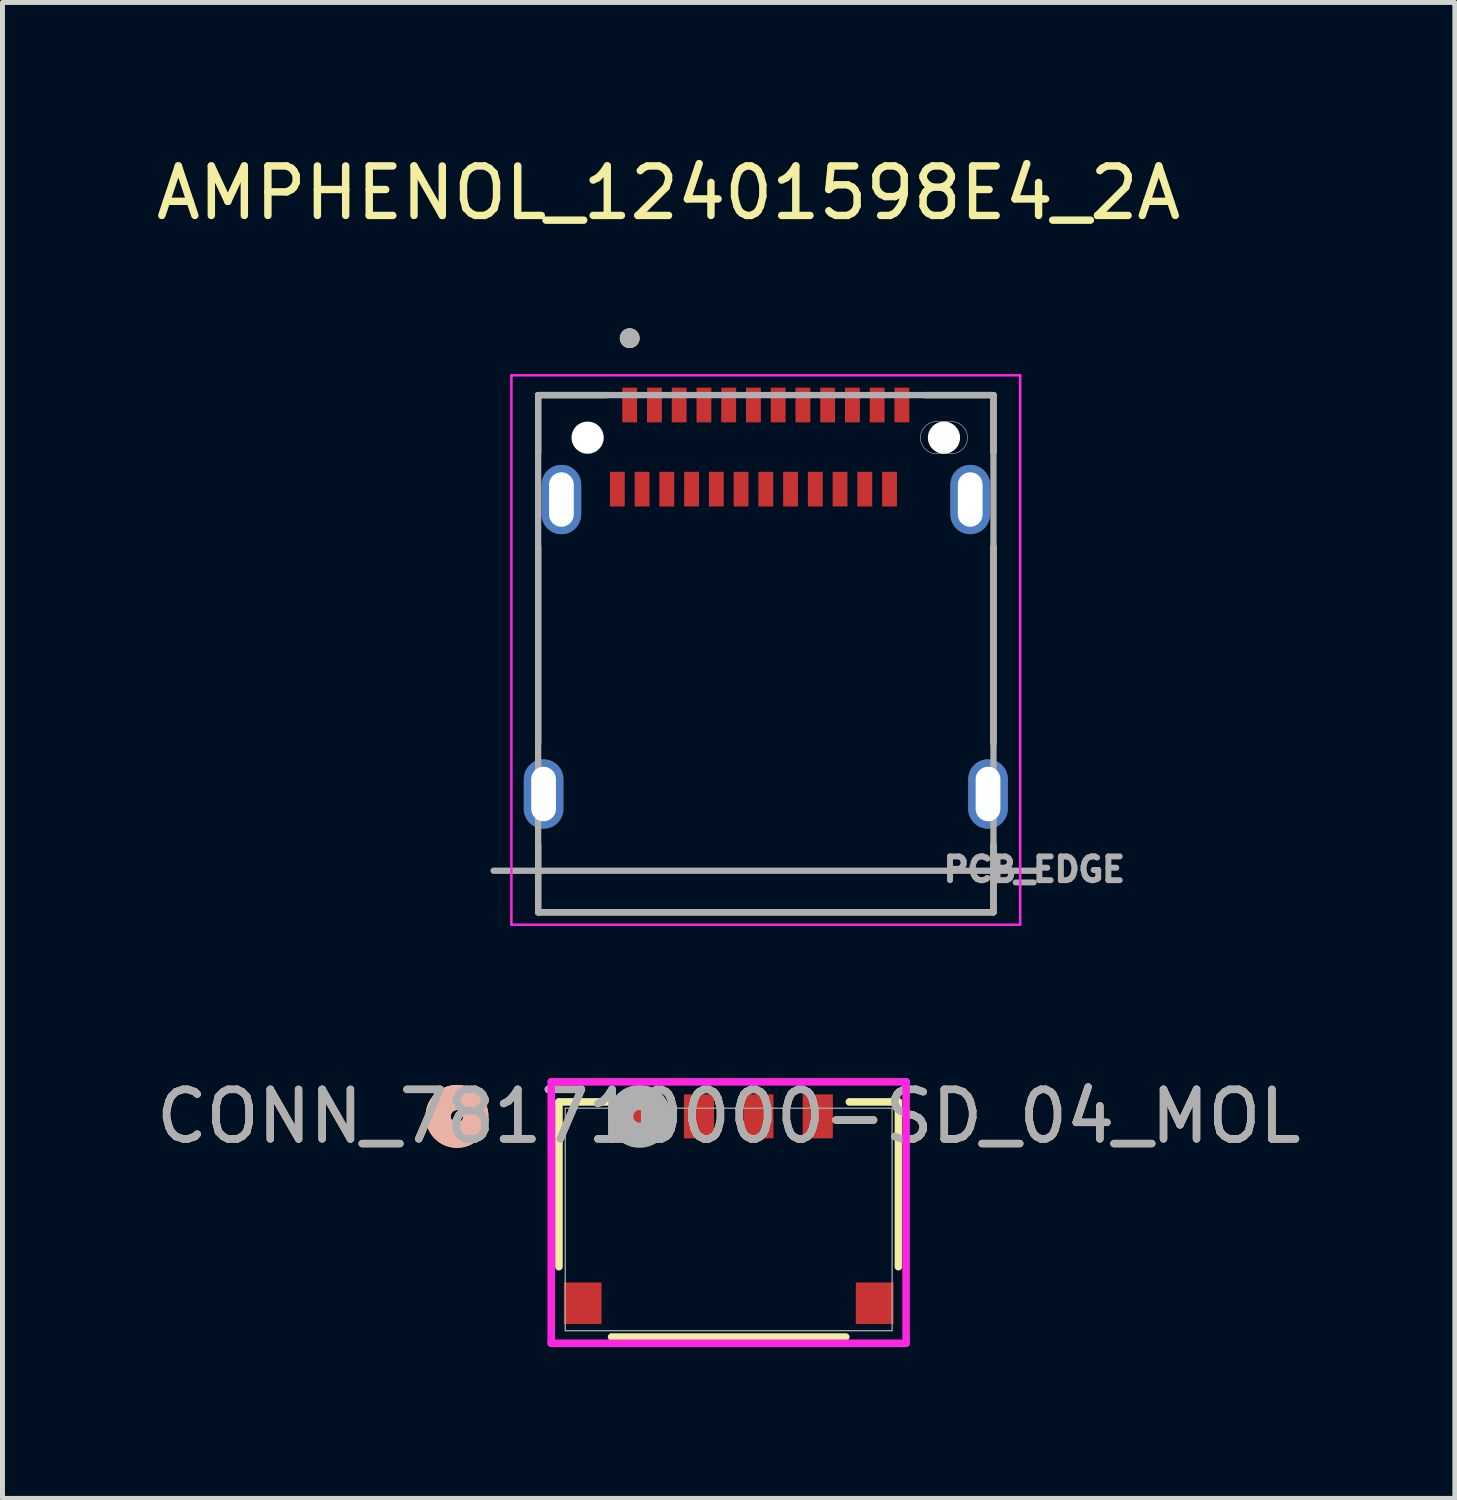
<source format=kicad_pcb>
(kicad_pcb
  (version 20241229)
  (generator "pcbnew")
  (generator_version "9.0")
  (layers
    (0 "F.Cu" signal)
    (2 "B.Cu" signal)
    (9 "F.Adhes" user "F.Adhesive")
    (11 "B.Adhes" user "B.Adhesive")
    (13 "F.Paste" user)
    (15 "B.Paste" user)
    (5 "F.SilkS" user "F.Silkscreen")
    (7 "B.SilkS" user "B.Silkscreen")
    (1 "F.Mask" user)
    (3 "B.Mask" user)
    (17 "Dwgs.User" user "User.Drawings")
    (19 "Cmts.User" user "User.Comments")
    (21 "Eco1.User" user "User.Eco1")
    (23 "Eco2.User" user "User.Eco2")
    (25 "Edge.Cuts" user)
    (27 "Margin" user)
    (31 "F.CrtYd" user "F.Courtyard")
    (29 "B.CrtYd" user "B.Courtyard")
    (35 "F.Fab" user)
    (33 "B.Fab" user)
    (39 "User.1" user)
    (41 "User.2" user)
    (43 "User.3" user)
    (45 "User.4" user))
  (footprint "AMPHENOL_12401598E4_2A"
    (layer "F.Cu")
    (at 12.423 5.793)
    (property "Reference" "AMPHENOL_12401598E4_2A" (at -1.965 -4.945 0) (layer "F.SilkS") (effects (font (size 1 1) (thickness 0.15))))
    (attr smd)
    (fp_line (start -4.6 -0.86) (end -3.22 -0.86) (stroke (width 0.127) (type solid)) (layer "F.SilkS"))
    (fp_line (start -4.6 0.3) (end -4.6 -0.86) (stroke (width 0.127) (type solid)) (layer "F.SilkS"))
    (fp_line (start -4.6 2.2) (end -4.6 6.18) (stroke (width 0.127) (type solid)) (layer "F.SilkS"))
    (fp_line (start -4.6 9.59) (end -4.6 8.22) (stroke (width 0.127) (type solid)) (layer "F.SilkS"))
    (fp_line (start 3.22 -0.86) (end 4.6 -0.86) (stroke (width 0.127) (type solid)) (layer "F.SilkS"))
    (fp_line (start 4.6 -0.86) (end 4.6 0.3) (stroke (width 0.127) (type solid)) (layer "F.SilkS"))
    (fp_line (start 4.6 2.2) (end 4.6 6.18) (stroke (width 0.127) (type solid)) (layer "F.SilkS"))
    (fp_line (start 4.6 9.59) (end -4.6 9.59) (stroke (width 0.127) (type solid)) (layer "F.SilkS"))
    (fp_line (start 4.6 9.59) (end 4.6 8.22) (stroke (width 0.127) (type solid)) (layer "F.SilkS"))
    (fp_circle (center -2.75 -2.01) (end -2.65 -2.01) (stroke (width 0.2) (type solid)) (fill no) (layer "F.SilkS"))
    (fp_line (start 3.45 -0.325) (end 3.75 -0.325) (stroke (width 0.01) (type solid)) (layer "Edge.Cuts"))
    (fp_line (start 3.75 0.325) (end 3.45 0.325) (stroke (width 0.01) (type solid)) (layer "Edge.Cuts"))
    (fp_arc (start 3.125 0) (mid 3.22019 -0.22981) (end 3.45 -0.325) (stroke (width 0.01) (type solid)) (layer "Edge.Cuts"))
    (fp_arc (start 3.45 0.325) (mid 3.22019 0.22981) (end 3.125 0) (stroke (width 0.01) (type solid)) (layer "Edge.Cuts"))
    (fp_arc (start 3.75 -0.325) (mid 3.97981 -0.22981) (end 4.075 0) (stroke (width 0.01) (type solid)) (layer "Edge.Cuts"))
    (fp_arc (start 4.075 0) (mid 3.97981 0.22981) (end 3.75 0.325) (stroke (width 0.01) (type solid)) (layer "Edge.Cuts"))
    (fp_line (start -5.14 -1.26) (end -5.14 9.84) (stroke (width 0.05) (type solid)) (layer "F.CrtYd"))
    (fp_line (start -5.14 9.84) (end 5.14 9.84) (stroke (width 0.05) (type solid)) (layer "F.CrtYd"))
    (fp_line (start 5.14 -1.26) (end -5.14 -1.26) (stroke (width 0.05) (type solid)) (layer "F.CrtYd"))
    (fp_line (start 5.14 9.84) (end 5.14 -1.26) (stroke (width 0.05) (type solid)) (layer "F.CrtYd"))
    (fp_line (start -5.5 8.75) (end 5.5 8.75) (stroke (width 0.127) (type solid)) (layer "F.Fab"))
    (fp_line (start -4.6 -0.86) (end 4.6 -0.86) (stroke (width 0.127) (type solid)) (layer "F.Fab"))
    (fp_line (start -4.6 9.59) (end -4.6 -0.86) (stroke (width 0.127) (type solid)) (layer "F.Fab"))
    (fp_line (start 4.6 -0.86) (end 4.6 9.59) (stroke (width 0.127) (type solid)) (layer "F.Fab"))
    (fp_line (start 4.6 9.59) (end -4.6 9.59) (stroke (width 0.127) (type solid)) (layer "F.Fab"))
    (fp_circle (center -2.75 -2.01) (end -2.65 -2.01) (stroke (width 0.2) (type solid)) (fill no) (layer "F.Fab"))
    (fp_text user "PCB_EDGE" (at 5.425 8.725 0) (layer "F.Fab") (effects (font (size 0.48 0.48) (thickness 0.15))))
    (pad "" np_thru_hole circle (at -3.6 0) (size 0.65 0.65) (drill 0.65) (layers "*.Cu" "*.Mask"))
    (pad "" np_thru_hole circle (at 3.6 0) (size 0.65 0.65) (drill 0.65) (layers "*.Cu" "*.Mask"))
    (pad "A1" smd rect (at -2.75 -0.66) (size 0.3 0.7) (layers "F.Cu" "F.Mask" "F.Paste"))
    (pad "A2" smd rect (at -2.25 -0.66) (size 0.3 0.7) (layers "F.Cu" "F.Mask" "F.Paste"))
    (pad "A3" smd rect (at -1.75 -0.66) (size 0.3 0.7) (layers "F.Cu" "F.Mask" "F.Paste"))
    (pad "A4" smd rect (at -1.25 -0.66) (size 0.3 0.7) (layers "F.Cu" "F.Mask" "F.Paste"))
    (pad "A5" smd rect (at -0.75 -0.66) (size 0.3 0.7) (layers "F.Cu" "F.Mask" "F.Paste"))
    (pad "A6" smd rect (at -0.25 -0.66) (size 0.3 0.7) (layers "F.Cu" "F.Mask" "F.Paste"))
    (pad "A7" smd rect (at 0.25 -0.66) (size 0.3 0.7) (layers "F.Cu" "F.Mask" "F.Paste"))
    (pad "A8" smd rect (at 0.75 -0.66) (size 0.3 0.7) (layers "F.Cu" "F.Mask" "F.Paste"))
    (pad "A9" smd rect (at 1.25 -0.66) (size 0.3 0.7) (layers "F.Cu" "F.Mask" "F.Paste"))
    (pad "A10" smd rect (at 1.75 -0.66) (size 0.3 0.7) (layers "F.Cu" "F.Mask" "F.Paste"))
    (pad "A11" smd rect (at 2.25 -0.66) (size 0.3 0.7) (layers "F.Cu" "F.Mask" "F.Paste"))
    (pad "A12" smd rect (at 2.75 -0.66) (size 0.3 0.7) (layers "F.Cu" "F.Mask" "F.Paste"))
    (pad "B1" smd rect (at 2.5 1.04) (size 0.3 0.7) (layers "F.Cu" "F.Mask" "F.Paste"))
    (pad "B2" smd rect (at 2 1.04) (size 0.3 0.7) (layers "F.Cu" "F.Mask" "F.Paste"))
    (pad "B3" smd rect (at 1.5 1.04) (size 0.3 0.7) (layers "F.Cu" "F.Mask" "F.Paste"))
    (pad "B4" smd rect (at 1 1.04) (size 0.3 0.7) (layers "F.Cu" "F.Mask" "F.Paste"))
    (pad "B5" smd rect (at 0.5 1.04) (size 0.3 0.7) (layers "F.Cu" "F.Mask" "F.Paste"))
    (pad "B6" smd rect (at 0 1.04) (size 0.3 0.7) (layers "F.Cu" "F.Mask" "F.Paste"))
    (pad "B7" smd rect (at -0.5 1.04) (size 0.3 0.7) (layers "F.Cu" "F.Mask" "F.Paste"))
    (pad "B8" smd rect (at -1 1.04) (size 0.3 0.7) (layers "F.Cu" "F.Mask" "F.Paste"))
    (pad "B9" smd rect (at -1.5 1.04) (size 0.3 0.7) (layers "F.Cu" "F.Mask" "F.Paste"))
    (pad "B10" smd rect (at -2 1.04) (size 0.3 0.7) (layers "F.Cu" "F.Mask" "F.Paste"))
    (pad "B11" smd rect (at -2.5 1.04) (size 0.3 0.7) (layers "F.Cu" "F.Mask" "F.Paste"))
    (pad "B12" smd rect (at -3 1.04) (size 0.3 0.7) (layers "F.Cu" "F.Mask" "F.Paste"))
    (pad "SH1" thru_hole oval (at -4.13 1.25) (size 0.8 1.4) (drill oval 0.5 1.1) (layers "*.Cu" "*.Mask"))
    (pad "SH2" thru_hole oval (at -4.49 7.2) (size 0.8 1.4) (drill oval 0.5 1.1) (layers "*.Cu" "*.Mask"))
    (pad "SH3" thru_hole oval (at 4.49 7.2) (size 0.8 1.4) (drill oval 0.5 1.1) (layers "*.Cu" "*.Mask"))
    (pad "SH4" thru_hole oval (at 4.13 1.25) (size 0.8 1.4) (drill oval 0.5 1.1) (layers "*.Cu" "*.Mask"))
    (zone (net_name "") (layer "F.Cu") (hatch full 0.508) (connect_pads) (min_thickness 0.01) (filled_areas_thickness no) (keepout (tracks not_allowed) (vias not_allowed) (pads not_allowed) (copperpour not_allowed) (footprints allowed)) (placement (enabled no)) (fill) (polygon (pts (xy 8.673 7.743) (xy 16.173 7.743) (xy 16.173 14.543) (xy 8.673 14.543))))
    (zone (net_name "") (layers "F.Cu" "B.Cu") (hatch full 0.508) (connect_pads) (min_thickness 0.01) (filled_areas_thickness no) (keepout (tracks allowed) (vias not_allowed) (pads allowed) (copperpour allowed) (footprints allowed)) (placement (enabled no)) (fill) (polygon (pts (xy 8.673 7.743) (xy 16.173 7.743) (xy 16.173 14.543) (xy 8.673 14.543)))))
  (footprint "CONN_781710000-SD_04_MOL"
    (layer "F.Cu")
    (at 11.673 21.589)
    (property "Reference" "CONN_781710000-SD_04_MOL" (at 0 -2.083 0) (unlocked yes) (layer "F.SilkS") (effects (font (size 1 1) (thickness 0.15))))
    (attr smd)
    (fp_line (start -3.429 -2.375) (end -3.429 0.955) (stroke (width 0.152) (type solid)) (layer "F.SilkS"))
    (fp_line (start -2.438 -2.375) (end -3.429 -2.375) (stroke (width 0.152) (type solid)) (layer "F.SilkS"))
    (fp_line (start -2.366 2.375) (end 2.366 2.375) (stroke (width 0.152) (type solid)) (layer "F.SilkS"))
    (fp_line (start 3.429 -2.375) (end 2.438 -2.375) (stroke (width 0.152) (type solid)) (layer "F.SilkS"))
    (fp_line (start 3.429 0.955) (end 3.429 -2.375) (stroke (width 0.152) (type solid)) (layer "F.SilkS"))
    (fp_circle (center -5.49 -2.083) (end -5.109 -2.083) (stroke (width 0.508) (type solid)) (fill no) (layer "F.SilkS"))
    (fp_circle (center -5.49 -2.083) (end -5.109 -2.083) (stroke (width 0.508) (type solid)) (fill no) (layer "B.SilkS"))
    (fp_line (start -3.585 -2.781) (end -3.585 2.502) (stroke (width 0.152) (type solid)) (layer "F.CrtYd"))
    (fp_line (start -3.585 2.502) (end 3.585 2.502) (stroke (width 0.152) (type solid)) (layer "F.CrtYd"))
    (fp_line (start 3.585 -2.781) (end -3.585 -2.781) (stroke (width 0.152) (type solid)) (layer "F.CrtYd"))
    (fp_line (start 3.585 2.502) (end 3.585 -2.781) (stroke (width 0.152) (type solid)) (layer "F.CrtYd"))
    (fp_line (start -3.302 -2.248) (end -3.302 2.248) (stroke (width 0.025) (type solid)) (layer "F.Fab"))
    (fp_line (start -3.302 2.248) (end 3.302 2.248) (stroke (width 0.025) (type solid)) (layer "F.Fab"))
    (fp_line (start 3.302 -2.248) (end -3.302 -2.248) (stroke (width 0.025) (type solid)) (layer "F.Fab"))
    (fp_line (start 3.302 2.248) (end 3.302 -2.248) (stroke (width 0.025) (type solid)) (layer "F.Fab"))
    (fp_circle (center -1.8 -2.083) (end -1.419 -2.083) (stroke (width 0.508) (type solid)) (fill no) (layer "F.Fab"))
    (fp_text user "${REFERENCE}" (at 0 -2.083 0) (unlocked yes) (layer "F.Fab") (effects (font (size 1 1) (thickness 0.15))))
    (pad "1" smd rect (at -1.8 -2.083) (size 0.61 0.889) (layers "F.Cu" "F.Mask" "F.Paste"))
    (pad "2" smd rect (at -0.6 -2.083) (size 0.61 0.889) (layers "F.Cu" "F.Mask" "F.Paste"))
    (pad "3" smd rect (at 0.6 -2.083) (size 0.61 0.889) (layers "F.Cu" "F.Mask" "F.Paste"))
    (pad "4" smd rect (at 1.8 -2.083) (size 0.61 0.889) (layers "F.Cu" "F.Mask" "F.Paste"))
    (pad "5" smd rect (at -2.95 1.692) (size 0.762 0.838) (layers "F.Cu" "F.Mask" "F.Paste"))
    (pad "6" smd rect (at 2.95 1.692) (size 0.762 0.838) (layers "F.Cu" "F.Mask" "F.Paste"))
    (zone (net_name "") (layer "F.Cu") (hatch full 0.508) (connect_pads) (min_thickness 0.254) (filled_areas_thickness no) (keepout (tracks not_allowed) (vias not_allowed) (pads allowed) (copperpour not_allowed) (footprints allowed)) (placement (enabled no)) (fill) (polygon (pts (xy 7.99 19.933) (xy 15.356 19.933) (xy 15.356 22.88) (xy 7.99 22.88))))
    (zone (net_name "") (layer "F.Cu") (hatch full 0.508) (connect_pads) (min_thickness 0.254) (filled_areas_thickness no) (keepout (tracks not_allowed) (vias not_allowed) (pads allowed) (copperpour not_allowed) (footprints allowed)) (placement (enabled no)) (fill) (polygon (pts (xy 7.992 22.876) (xy 7.992 23.207) (xy 8.373 23.207) (xy 8.373 22.876))))
    (zone (net_name "") (layer "F.Cu") (hatch full 0.508) (connect_pads) (min_thickness 0.254) (filled_areas_thickness no) (keepout (tracks not_allowed) (vias not_allowed) (pads allowed) (copperpour not_allowed) (footprints allowed)) (placement (enabled no)) (fill) (polygon (pts (xy 7.998 19.707) (xy 7.998 19.936) (xy 9.573 19.936) (xy 9.573 19.707))))
    (zone (net_name "") (layer "F.Cu") (hatch full 0.508) (connect_pads) (min_thickness 0.254) (filled_areas_thickness no) (keepout (tracks not_allowed) (vias not_allowed) (pads allowed) (copperpour not_allowed) (footprints allowed)) (placement (enabled no)) (fill) (polygon (pts (xy 8.738 23.685) (xy 8.738 24.218) (xy 9.068 24.218) (xy 9.068 23.685))))
    (zone (net_name "") (layer "F.Cu") (hatch full 0.508) (connect_pads) (min_thickness 0.254) (filled_areas_thickness no) (keepout (tracks not_allowed) (vias not_allowed) (pads allowed) (copperpour not_allowed) (footprints allowed)) (placement (enabled no)) (fill) (polygon (pts (xy 9.069 22.878) (xy 9.069 24.225) (xy 14.276 24.225) (xy 14.276 22.878))))
    (zone (net_name "") (layer "F.Cu") (hatch full 0.508) (connect_pads) (min_thickness 0.254) (filled_areas_thickness no) (keepout (tracks not_allowed) (vias not_allowed) (pads allowed) (copperpour not_allowed) (footprints allowed)) (placement (enabled no)) (fill) (polygon (pts (xy 10.168 19.707) (xy 10.168 19.936) (xy 10.777 19.936) (xy 10.777 19.707))))
    (zone (net_name "") (layer "F.Cu") (hatch full 0.508) (connect_pads) (min_thickness 0.254) (filled_areas_thickness no) (keepout (tracks not_allowed) (vias not_allowed) (pads allowed) (copperpour not_allowed) (footprints allowed)) (placement (enabled no)) (fill) (polygon (pts (xy 11.368 19.707) (xy 11.368 19.936) (xy 11.977 19.936) (xy 11.977 19.707))))
    (zone (net_name "") (layer "F.Cu") (hatch full 0.508) (connect_pads) (min_thickness 0.254) (filled_areas_thickness no) (keepout (tracks not_allowed) (vias not_allowed) (pads allowed) (copperpour not_allowed) (footprints allowed)) (placement (enabled no)) (fill) (polygon (pts (xy 12.568 19.707) (xy 12.568 19.936) (xy 13.177 19.936) (xy 13.177 19.707))))
    (zone (net_name "") (layer "F.Cu") (hatch full 0.508) (connect_pads) (min_thickness 0.254) (filled_areas_thickness no) (keepout (tracks not_allowed) (vias not_allowed) (pads allowed) (copperpour not_allowed) (footprints allowed)) (placement (enabled no)) (fill) (polygon (pts (xy 13.773 19.707) (xy 13.773 19.936) (xy 15.348 19.936) (xy 15.348 19.707))))
    (zone (net_name "") (layer "F.Cu") (hatch full 0.508) (connect_pads) (min_thickness 0.254) (filled_areas_thickness no) (keepout (tracks not_allowed) (vias not_allowed) (pads allowed) (copperpour not_allowed) (footprints allowed)) (placement (enabled no)) (fill) (polygon (pts (xy 14.278 23.685) (xy 14.278 24.218) (xy 14.608 24.218) (xy 14.608 23.685))))
    (zone (net_name "") (layer "F.Cu") (hatch full 0.508) (connect_pads) (min_thickness 0.254) (filled_areas_thickness no) (keepout (tracks not_allowed) (vias not_allowed) (pads allowed) (copperpour not_allowed) (footprints allowed)) (placement (enabled no)) (fill) (polygon (pts (xy 14.972 22.876) (xy 14.972 23.207) (xy 15.353 23.207) (xy 15.353 22.876)))))
  (gr_rect
    (start -3 -3)
    (end 26.345 27.225)
    (stroke (width 0.1) (type default))
    (fill no)
    (layer "Edge.Cuts")))
</source>
